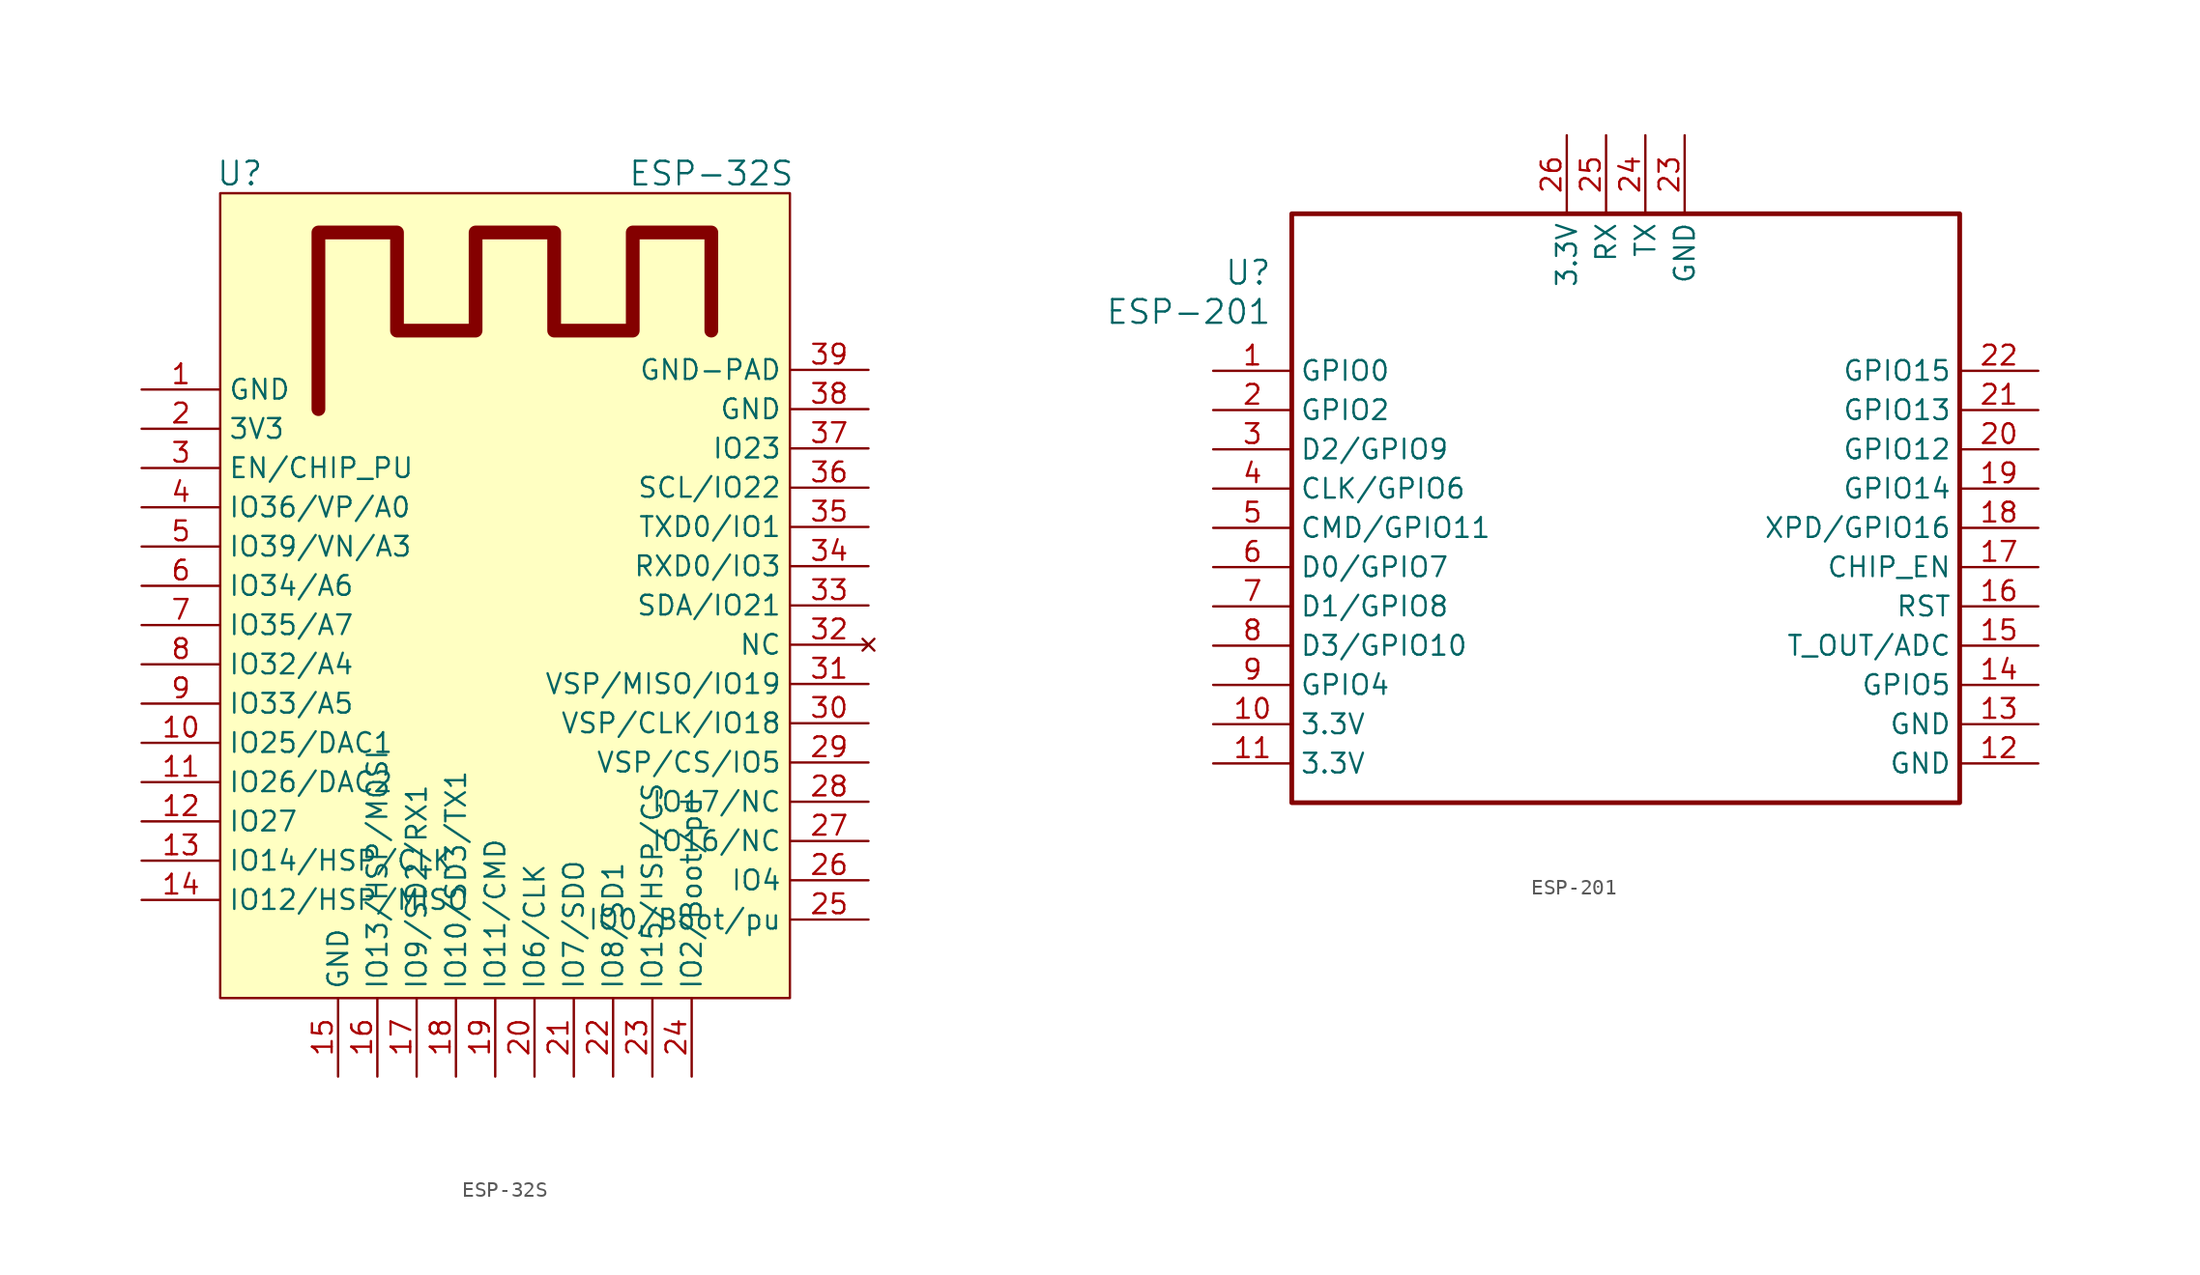
<source format=kicad_sym>
(kicad_symbol_lib
  (version 20201005)
  (generator kicad_symbol_editor)
  (symbol "Zimprich:ESP-32S"
    (property "Reference" "U"
      (at -17.78 31.75 0)
      (effects (font (size 1.524 1.524))))
    (property "Value" "ESP-32S"
      (at 12.7 31.75 0)
      (effects (font (size 1.524 1.524))))
    (symbol "ESP-32S_0_1"
      (rectangle (start -19.05 30.48) (end 17.78 -21.59) (stroke (width 0)) (fill (type background)))
      (polyline (pts (xy -12.7 16.51) (xy -12.7 27.94) (xy -7.62 27.94) (xy -7.62 21.59) (xy -2.54 21.59) (xy -2.54 27.94) (xy 2.54 27.94) (xy 2.54 21.59) (xy 7.62 21.59) (xy 7.62 27.94) (xy 12.7 27.94) (xy 12.7 21.59)) (stroke (width 0.889)) (fill (type none))))
    (symbol "ESP-32S_1_1"
      (pin power_out line (at -24.13 17.78 0) (length 5.08) (name "GND" (effects (font (size 1.27 1.27)))) (number "1" (effects (font (size 1.27 1.27)))))
      (pin bidirectional line (at -24.13 -5.08 0) (length 5.08) (name "IO25/DAC1" (effects (font (size 1.27 1.27)))) (number "10" (effects (font (size 1.27 1.27)))))
      (pin bidirectional line (at -24.13 -7.62 0) (length 5.08) (name "IO26/DAC2" (effects (font (size 1.27 1.27)))) (number "11" (effects (font (size 1.27 1.27)))))
      (pin bidirectional line (at -24.13 -10.16 0) (length 5.08) (name "IO27" (effects (font (size 1.27 1.27)))) (number "12" (effects (font (size 1.27 1.27)))))
      (pin bidirectional line (at -24.13 -12.7 0) (length 5.08) (name "IO14/HSP/CLK" (effects (font (size 1.27 1.27)))) (number "13" (effects (font (size 1.27 1.27)))))
      (pin bidirectional line (at -24.13 -15.24 0) (length 5.08) (name "IO12/HSP/MISO" (effects (font (size 1.27 1.27)))) (number "14" (effects (font (size 1.27 1.27)))))
      (pin power_in line (at -11.43 -26.67 90) (length 5.08) (name "GND" (effects (font (size 1.27 1.27)))) (number "15" (effects (font (size 1.27 1.27)))))
      (pin bidirectional line (at -8.89 -26.67 90) (length 5.08) (name "IO13/HSP/MOSI" (effects (font (size 1.27 1.27)))) (number "16" (effects (font (size 1.27 1.27)))))
      (pin bidirectional line (at -6.35 -26.67 90) (length 5.08) (name "IO9/SD2/RX1" (effects (font (size 1.27 1.27)))) (number "17" (effects (font (size 1.27 1.27)))))
      (pin bidirectional line (at -3.81 -26.67 90) (length 5.08) (name "IO10/SD3/TX1" (effects (font (size 1.27 1.27)))) (number "18" (effects (font (size 1.27 1.27)))))
      (pin bidirectional line (at -1.27 -26.67 90) (length 5.08) (name "IO11/CMD" (effects (font (size 1.27 1.27)))) (number "19" (effects (font (size 1.27 1.27)))))
      (pin power_in line (at -24.13 15.24 0) (length 5.08) (name "3V3" (effects (font (size 1.27 1.27)))) (number "2" (effects (font (size 1.27 1.27)))))
      (pin input line (at 1.27 -26.67 90) (length 5.08) (name "IO6/CLK" (effects (font (size 1.27 1.27)))) (number "20" (effects (font (size 1.27 1.27)))))
      (pin bidirectional line (at 3.81 -26.67 90) (length 5.08) (name "IO7/SDO" (effects (font (size 1.27 1.27)))) (number "21" (effects (font (size 1.27 1.27)))))
      (pin bidirectional line (at 6.35 -26.67 90) (length 5.08) (name "IO8/SD1" (effects (font (size 1.27 1.27)))) (number "22" (effects (font (size 1.27 1.27)))))
      (pin bidirectional line (at 8.89 -26.67 90) (length 5.08) (name "IO15/HSP/CS" (effects (font (size 1.27 1.27)))) (number "23" (effects (font (size 1.27 1.27)))))
      (pin bidirectional line (at 11.43 -26.67 90) (length 5.08) (name "IO2/Boot/pd" (effects (font (size 1.27 1.27)))) (number "24" (effects (font (size 1.27 1.27)))))
      (pin bidirectional line (at 22.86 -16.51 180) (length 5.08) (name "IO0/Boot/pu" (effects (font (size 1.27 1.27)))) (number "25" (effects (font (size 1.27 1.27)))))
      (pin input line (at 22.86 -13.97 180) (length 5.08) (name "IO4" (effects (font (size 1.27 1.27)))) (number "26" (effects (font (size 1.27 1.27)))))
      (pin bidirectional line (at 22.86 -11.43 180) (length 5.08) (name "IO16/NC" (effects (font (size 1.27 1.27)))) (number "27" (effects (font (size 1.27 1.27)))))
      (pin bidirectional line (at 22.86 -8.89 180) (length 5.08) (name "IO17/NC" (effects (font (size 1.27 1.27)))) (number "28" (effects (font (size 1.27 1.27)))))
      (pin bidirectional line (at 22.86 -6.35 180) (length 5.08) (name "VSP/CS/IO5" (effects (font (size 1.27 1.27)))) (number "29" (effects (font (size 1.27 1.27)))))
      (pin input line (at -24.13 12.7 0) (length 5.08) (name "EN/CHIP_PU" (effects (font (size 1.27 1.27)))) (number "3" (effects (font (size 1.27 1.27)))))
      (pin input line (at 22.86 -3.81 180) (length 5.08) (name "VSP/CLK/IO18" (effects (font (size 1.27 1.27)))) (number "30" (effects (font (size 1.27 1.27)))))
      (pin bidirectional line (at 22.86 -1.27 180) (length 5.08) (name "VSP/MISO/IO19" (effects (font (size 1.27 1.27)))) (number "31" (effects (font (size 1.27 1.27)))))
      (pin unconnected line (at 22.86 1.27 180) (length 5.08) (name "NC" (effects (font (size 1.27 1.27)))) (number "32" (effects (font (size 1.27 1.27)))))
      (pin bidirectional line (at 22.86 3.81 180) (length 5.08) (name "SDA/IO21" (effects (font (size 1.27 1.27)))) (number "33" (effects (font (size 1.27 1.27)))))
      (pin bidirectional line (at 22.86 6.35 180) (length 5.08) (name "RXD0/IO3" (effects (font (size 1.27 1.27)))) (number "34" (effects (font (size 1.27 1.27)))))
      (pin bidirectional line (at 22.86 8.89 180) (length 5.08) (name "TXD0/IO1" (effects (font (size 1.27 1.27)))) (number "35" (effects (font (size 1.27 1.27)))))
      (pin bidirectional line (at 22.86 11.43 180) (length 5.08) (name "SCL/IO22" (effects (font (size 1.27 1.27)))) (number "36" (effects (font (size 1.27 1.27)))))
      (pin bidirectional line (at 22.86 13.97 180) (length 5.08) (name "IO23" (effects (font (size 1.27 1.27)))) (number "37" (effects (font (size 1.27 1.27)))))
      (pin power_in line (at 22.86 16.51 180) (length 5.08) (name "GND" (effects (font (size 1.27 1.27)))) (number "38" (effects (font (size 1.27 1.27)))))
      (pin power_in line (at 22.86 19.05 180) (length 5.08) (name "GND-PAD" (effects (font (size 1.27 1.27)))) (number "39" (effects (font (size 1.27 1.27)))))
      (pin input line (at -24.13 10.16 0) (length 5.08) (name "IO36/VP/A0" (effects (font (size 1.27 1.27)))) (number "4" (effects (font (size 1.27 1.27)))))
      (pin input line (at -24.13 7.62 0) (length 5.08) (name "IO39/VN/A3" (effects (font (size 1.27 1.27)))) (number "5" (effects (font (size 1.27 1.27)))))
      (pin bidirectional line (at -24.13 5.08 0) (length 5.08) (name "IO34/A6" (effects (font (size 1.27 1.27)))) (number "6" (effects (font (size 1.27 1.27)))))
      (pin bidirectional line (at -24.13 2.54 0) (length 5.08) (name "IO35/A7" (effects (font (size 1.27 1.27)))) (number "7" (effects (font (size 1.27 1.27)))))
      (pin bidirectional line (at -24.13 0 0) (length 5.08) (name "IO32/A4" (effects (font (size 1.27 1.27)))) (number "8" (effects (font (size 1.27 1.27)))))
      (pin bidirectional line (at -24.13 -2.54 0) (length 5.08) (name "IO33/A5" (effects (font (size 1.27 1.27)))) (number "9" (effects (font (size 1.27 1.27)))))))
  (symbol "Zimprich:ESP-201"
    (property "Reference" "U"
      (at 3.81 6.35 0)
      (effects (font (size 1.524 1.524)) (justify right)))
    (property "Value" "ESP-201"
      (at 3.81 3.81 0)
      (effects (font (size 1.524 1.524)) (justify right)))
    (property "ki_locked" ""
      (at 0 0 0)
      (effects (font (size 1.27 1.27))))
    (symbol "ESP-201_1_1"
      (rectangle (start 5.08 10.16) (end 48.26 -27.94) (stroke (width 0.305)) (fill (type none)))
      (pin bidirectional line (at 0 0 0) (length 5.08) (name "GPIO0" (effects (font (size 1.27 1.27)))) (number "1" (effects (font (size 1.27 1.27)))))
      (pin power_in line (at 0 -22.86 0) (length 5.08) (name "3.3V" (effects (font (size 1.27 1.27)))) (number "10" (effects (font (size 1.27 1.27)))))
      (pin power_in line (at 0 -25.4 0) (length 5.08) (name "3.3V" (effects (font (size 1.27 1.27)))) (number "11" (effects (font (size 1.27 1.27)))))
      (pin power_in line (at 53.34 -25.4 180) (length 5.08) (name "GND" (effects (font (size 1.27 1.27)))) (number "12" (effects (font (size 1.27 1.27)))))
      (pin power_in line (at 53.34 -22.86 180) (length 5.08) (name "GND" (effects (font (size 1.27 1.27)))) (number "13" (effects (font (size 1.27 1.27)))))
      (pin bidirectional line (at 53.34 -20.32 180) (length 5.08) (name "GPIO5" (effects (font (size 1.27 1.27)))) (number "14" (effects (font (size 1.27 1.27)))))
      (pin bidirectional line (at 53.34 -17.78 180) (length 5.08) (name "T_OUT/ADC" (effects (font (size 1.27 1.27)))) (number "15" (effects (font (size 1.27 1.27)))))
      (pin input line (at 53.34 -15.24 180) (length 5.08) (name "RST" (effects (font (size 1.27 1.27)))) (number "16" (effects (font (size 1.27 1.27)))))
      (pin input line (at 53.34 -12.7 180) (length 5.08) (name "CHIP_EN" (effects (font (size 1.27 1.27)))) (number "17" (effects (font (size 1.27 1.27)))))
      (pin bidirectional line (at 53.34 -10.16 180) (length 5.08) (name "XPD/GPIO16" (effects (font (size 1.27 1.27)))) (number "18" (effects (font (size 1.27 1.27)))))
      (pin bidirectional line (at 53.34 -7.62 180) (length 5.08) (name "GPIO14" (effects (font (size 1.27 1.27)))) (number "19" (effects (font (size 1.27 1.27)))))
      (pin bidirectional line (at 0 -2.54 0) (length 5.08) (name "GPIO2" (effects (font (size 1.27 1.27)))) (number "2" (effects (font (size 1.27 1.27)))))
      (pin bidirectional line (at 53.34 -5.08 180) (length 5.08) (name "GPIO12" (effects (font (size 1.27 1.27)))) (number "20" (effects (font (size 1.27 1.27)))))
      (pin bidirectional line (at 53.34 -2.54 180) (length 5.08) (name "GPIO13" (effects (font (size 1.27 1.27)))) (number "21" (effects (font (size 1.27 1.27)))))
      (pin bidirectional line (at 53.34 0 180) (length 5.08) (name "GPIO15" (effects (font (size 1.27 1.27)))) (number "22" (effects (font (size 1.27 1.27)))))
      (pin power_in line (at 30.48 15.24 270) (length 5.08) (name "GND" (effects (font (size 1.27 1.27)))) (number "23" (effects (font (size 1.27 1.27)))))
      (pin output line (at 27.94 15.24 270) (length 5.08) (name "TX" (effects (font (size 1.27 1.27)))) (number "24" (effects (font (size 1.27 1.27)))))
      (pin input line (at 25.4 15.24 270) (length 5.08) (name "RX" (effects (font (size 1.27 1.27)))) (number "25" (effects (font (size 1.27 1.27)))))
      (pin power_in line (at 22.86 15.24 270) (length 5.08) (name "3.3V" (effects (font (size 1.27 1.27)))) (number "26" (effects (font (size 1.27 1.27)))))
      (pin output line (at 0 -5.08 0) (length 5.08) (name "D2/GPIO9" (effects (font (size 1.27 1.27)))) (number "3" (effects (font (size 1.27 1.27)))))
      (pin output line (at 0 -7.62 0) (length 5.08) (name "CLK/GPIO6" (effects (font (size 1.27 1.27)))) (number "4" (effects (font (size 1.27 1.27)))))
      (pin output line (at 0 -10.16 0) (length 5.08) (name "CMD/GPIO11" (effects (font (size 1.27 1.27)))) (number "5" (effects (font (size 1.27 1.27)))))
      (pin output line (at 0 -12.7 0) (length 5.08) (name "D0/GPIO7" (effects (font (size 1.27 1.27)))) (number "6" (effects (font (size 1.27 1.27)))))
      (pin output line (at 0 -15.24 0) (length 5.08) (name "D1/GPIO8" (effects (font (size 1.27 1.27)))) (number "7" (effects (font (size 1.27 1.27)))))
      (pin output line (at 0 -17.78 0) (length 5.08) (name "D3/GPIO10" (effects (font (size 1.27 1.27)))) (number "8" (effects (font (size 1.27 1.27)))))
      (pin bidirectional line (at 0 -20.32 0) (length 5.08) (name "GPIO4" (effects (font (size 1.27 1.27)))) (number "9" (effects (font (size 1.27 1.27))))))))
</source>
